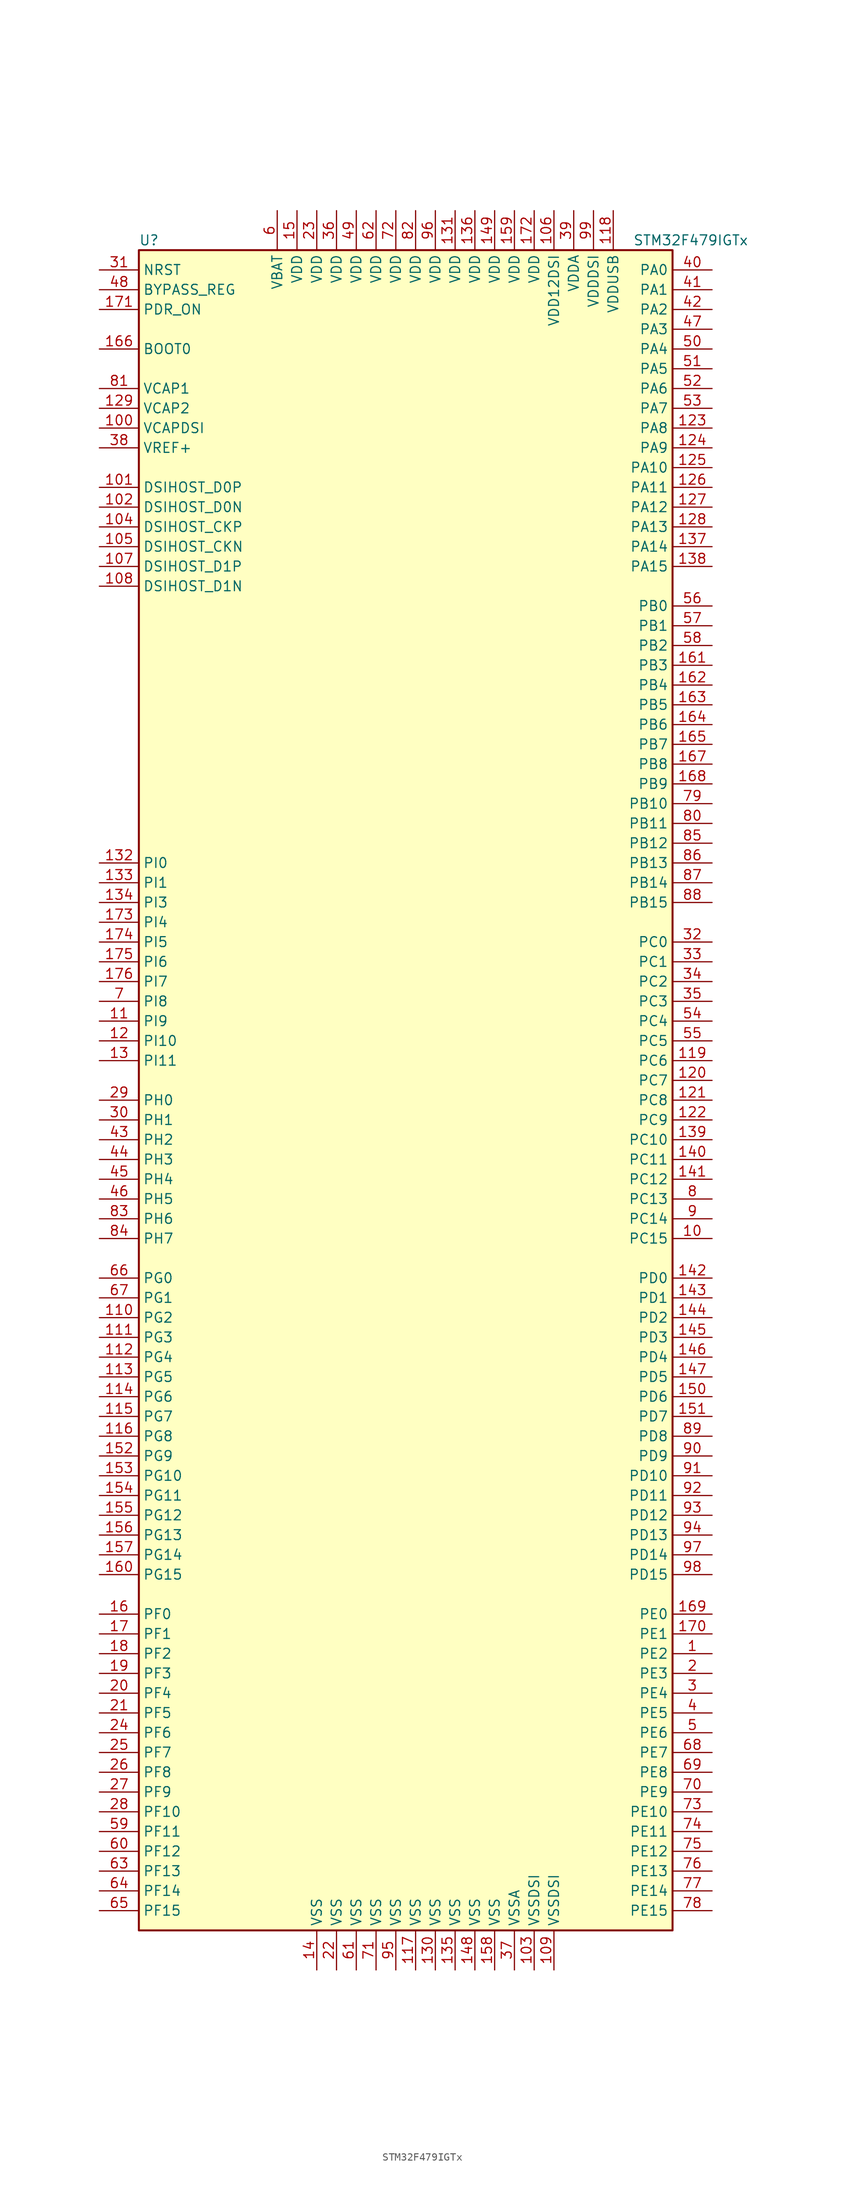
<source format=kicad_sym>
(kicad_symbol_lib
  (version 20201005)
  (generator kicad_symbol_editor)
  (symbol "MCU_ST_STM32F4:STM32F479IGTx"
    (property "Reference" "U"
      (at -35.56 107.95 0)
      (effects (font (size 1.27 1.27)) (justify left)))
    (property "Value" "STM32F479IGTx"
      (at 27.94 107.95 0)
      (effects (font (size 1.27 1.27)) (justify left)))
    (symbol "STM32F479IGTx_0_1"
      (rectangle (start -35.56 -109.22) (end 33.02 106.68) (stroke (width 0.254)) (fill (type background))))
    (symbol "STM32F479IGTx_1_1"
      (pin input line (at -40.64 93.98 0) (length 5.08) (name "BOOT0" (effects (font (size 1.27 1.27)))) (number "166" (effects (font (size 1.27 1.27)))))
      (pin input line (at -40.64 101.6 0) (length 5.08) (name "BYPASS_REG" (effects (font (size 1.27 1.27)))) (number "48" (effects (font (size 1.27 1.27)))))
      (pin bidirectional line (at -40.64 68.58 0) (length 5.08) (name "DSIHOST_CKN" (effects (font (size 1.27 1.27)))) (number "105" (effects (font (size 1.27 1.27)))))
      (pin bidirectional line (at -40.64 71.12 0) (length 5.08) (name "DSIHOST_CKP" (effects (font (size 1.27 1.27)))) (number "104" (effects (font (size 1.27 1.27)))))
      (pin bidirectional line (at -40.64 73.66 0) (length 5.08) (name "DSIHOST_D0N" (effects (font (size 1.27 1.27)))) (number "102" (effects (font (size 1.27 1.27)))))
      (pin bidirectional line (at -40.64 76.2 0) (length 5.08) (name "DSIHOST_D0P" (effects (font (size 1.27 1.27)))) (number "101" (effects (font (size 1.27 1.27)))))
      (pin bidirectional line (at -40.64 63.5 0) (length 5.08) (name "DSIHOST_D1N" (effects (font (size 1.27 1.27)))) (number "108" (effects (font (size 1.27 1.27)))))
      (pin bidirectional line (at -40.64 66.04 0) (length 5.08) (name "DSIHOST_D1P" (effects (font (size 1.27 1.27)))) (number "107" (effects (font (size 1.27 1.27)))))
      (pin input line (at -40.64 104.14 0) (length 5.08) (name "NRST" (effects (font (size 1.27 1.27)))) (number "31" (effects (font (size 1.27 1.27)))))
      (pin bidirectional line (at 38.1 104.14 180) (length 5.08) (name "PA0" (effects (font (size 1.27 1.27)))) (number "40" (effects (font (size 1.27 1.27)))))
      (pin bidirectional line (at 38.1 101.6 180) (length 5.08) (name "PA1" (effects (font (size 1.27 1.27)))) (number "41" (effects (font (size 1.27 1.27)))))
      (pin bidirectional line (at 38.1 78.74 180) (length 5.08) (name "PA10" (effects (font (size 1.27 1.27)))) (number "125" (effects (font (size 1.27 1.27)))))
      (pin bidirectional line (at 38.1 76.2 180) (length 5.08) (name "PA11" (effects (font (size 1.27 1.27)))) (number "126" (effects (font (size 1.27 1.27)))))
      (pin bidirectional line (at 38.1 73.66 180) (length 5.08) (name "PA12" (effects (font (size 1.27 1.27)))) (number "127" (effects (font (size 1.27 1.27)))))
      (pin bidirectional line (at 38.1 71.12 180) (length 5.08) (name "PA13" (effects (font (size 1.27 1.27)))) (number "128" (effects (font (size 1.27 1.27)))))
      (pin bidirectional line (at 38.1 68.58 180) (length 5.08) (name "PA14" (effects (font (size 1.27 1.27)))) (number "137" (effects (font (size 1.27 1.27)))))
      (pin bidirectional line (at 38.1 66.04 180) (length 5.08) (name "PA15" (effects (font (size 1.27 1.27)))) (number "138" (effects (font (size 1.27 1.27)))))
      (pin bidirectional line (at 38.1 99.06 180) (length 5.08) (name "PA2" (effects (font (size 1.27 1.27)))) (number "42" (effects (font (size 1.27 1.27)))))
      (pin bidirectional line (at 38.1 96.52 180) (length 5.08) (name "PA3" (effects (font (size 1.27 1.27)))) (number "47" (effects (font (size 1.27 1.27)))))
      (pin bidirectional line (at 38.1 93.98 180) (length 5.08) (name "PA4" (effects (font (size 1.27 1.27)))) (number "50" (effects (font (size 1.27 1.27)))))
      (pin bidirectional line (at 38.1 91.44 180) (length 5.08) (name "PA5" (effects (font (size 1.27 1.27)))) (number "51" (effects (font (size 1.27 1.27)))))
      (pin bidirectional line (at 38.1 88.9 180) (length 5.08) (name "PA6" (effects (font (size 1.27 1.27)))) (number "52" (effects (font (size 1.27 1.27)))))
      (pin bidirectional line (at 38.1 86.36 180) (length 5.08) (name "PA7" (effects (font (size 1.27 1.27)))) (number "53" (effects (font (size 1.27 1.27)))))
      (pin bidirectional line (at 38.1 83.82 180) (length 5.08) (name "PA8" (effects (font (size 1.27 1.27)))) (number "123" (effects (font (size 1.27 1.27)))))
      (pin bidirectional line (at 38.1 81.28 180) (length 5.08) (name "PA9" (effects (font (size 1.27 1.27)))) (number "124" (effects (font (size 1.27 1.27)))))
      (pin bidirectional line (at 38.1 60.96 180) (length 5.08) (name "PB0" (effects (font (size 1.27 1.27)))) (number "56" (effects (font (size 1.27 1.27)))))
      (pin bidirectional line (at 38.1 58.42 180) (length 5.08) (name "PB1" (effects (font (size 1.27 1.27)))) (number "57" (effects (font (size 1.27 1.27)))))
      (pin bidirectional line (at 38.1 35.56 180) (length 5.08) (name "PB10" (effects (font (size 1.27 1.27)))) (number "79" (effects (font (size 1.27 1.27)))))
      (pin bidirectional line (at 38.1 33.02 180) (length 5.08) (name "PB11" (effects (font (size 1.27 1.27)))) (number "80" (effects (font (size 1.27 1.27)))))
      (pin bidirectional line (at 38.1 30.48 180) (length 5.08) (name "PB12" (effects (font (size 1.27 1.27)))) (number "85" (effects (font (size 1.27 1.27)))))
      (pin bidirectional line (at 38.1 27.94 180) (length 5.08) (name "PB13" (effects (font (size 1.27 1.27)))) (number "86" (effects (font (size 1.27 1.27)))))
      (pin bidirectional line (at 38.1 25.4 180) (length 5.08) (name "PB14" (effects (font (size 1.27 1.27)))) (number "87" (effects (font (size 1.27 1.27)))))
      (pin bidirectional line (at 38.1 22.86 180) (length 5.08) (name "PB15" (effects (font (size 1.27 1.27)))) (number "88" (effects (font (size 1.27 1.27)))))
      (pin bidirectional line (at 38.1 55.88 180) (length 5.08) (name "PB2" (effects (font (size 1.27 1.27)))) (number "58" (effects (font (size 1.27 1.27)))))
      (pin bidirectional line (at 38.1 53.34 180) (length 5.08) (name "PB3" (effects (font (size 1.27 1.27)))) (number "161" (effects (font (size 1.27 1.27)))))
      (pin bidirectional line (at 38.1 50.8 180) (length 5.08) (name "PB4" (effects (font (size 1.27 1.27)))) (number "162" (effects (font (size 1.27 1.27)))))
      (pin bidirectional line (at 38.1 48.26 180) (length 5.08) (name "PB5" (effects (font (size 1.27 1.27)))) (number "163" (effects (font (size 1.27 1.27)))))
      (pin bidirectional line (at 38.1 45.72 180) (length 5.08) (name "PB6" (effects (font (size 1.27 1.27)))) (number "164" (effects (font (size 1.27 1.27)))))
      (pin bidirectional line (at 38.1 43.18 180) (length 5.08) (name "PB7" (effects (font (size 1.27 1.27)))) (number "165" (effects (font (size 1.27 1.27)))))
      (pin bidirectional line (at 38.1 40.64 180) (length 5.08) (name "PB8" (effects (font (size 1.27 1.27)))) (number "167" (effects (font (size 1.27 1.27)))))
      (pin bidirectional line (at 38.1 38.1 180) (length 5.08) (name "PB9" (effects (font (size 1.27 1.27)))) (number "168" (effects (font (size 1.27 1.27)))))
      (pin bidirectional line (at 38.1 17.78 180) (length 5.08) (name "PC0" (effects (font (size 1.27 1.27)))) (number "32" (effects (font (size 1.27 1.27)))))
      (pin bidirectional line (at 38.1 15.24 180) (length 5.08) (name "PC1" (effects (font (size 1.27 1.27)))) (number "33" (effects (font (size 1.27 1.27)))))
      (pin bidirectional line (at 38.1 -7.62 180) (length 5.08) (name "PC10" (effects (font (size 1.27 1.27)))) (number "139" (effects (font (size 1.27 1.27)))))
      (pin bidirectional line (at 38.1 -10.16 180) (length 5.08) (name "PC11" (effects (font (size 1.27 1.27)))) (number "140" (effects (font (size 1.27 1.27)))))
      (pin bidirectional line (at 38.1 -12.7 180) (length 5.08) (name "PC12" (effects (font (size 1.27 1.27)))) (number "141" (effects (font (size 1.27 1.27)))))
      (pin bidirectional line (at 38.1 -15.24 180) (length 5.08) (name "PC13" (effects (font (size 1.27 1.27)))) (number "8" (effects (font (size 1.27 1.27)))))
      (pin bidirectional line (at 38.1 -17.78 180) (length 5.08) (name "PC14" (effects (font (size 1.27 1.27)))) (number "9" (effects (font (size 1.27 1.27)))))
      (pin bidirectional line (at 38.1 -20.32 180) (length 5.08) (name "PC15" (effects (font (size 1.27 1.27)))) (number "10" (effects (font (size 1.27 1.27)))))
      (pin bidirectional line (at 38.1 12.7 180) (length 5.08) (name "PC2" (effects (font (size 1.27 1.27)))) (number "34" (effects (font (size 1.27 1.27)))))
      (pin bidirectional line (at 38.1 10.16 180) (length 5.08) (name "PC3" (effects (font (size 1.27 1.27)))) (number "35" (effects (font (size 1.27 1.27)))))
      (pin bidirectional line (at 38.1 7.62 180) (length 5.08) (name "PC4" (effects (font (size 1.27 1.27)))) (number "54" (effects (font (size 1.27 1.27)))))
      (pin bidirectional line (at 38.1 5.08 180) (length 5.08) (name "PC5" (effects (font (size 1.27 1.27)))) (number "55" (effects (font (size 1.27 1.27)))))
      (pin bidirectional line (at 38.1 2.54 180) (length 5.08) (name "PC6" (effects (font (size 1.27 1.27)))) (number "119" (effects (font (size 1.27 1.27)))))
      (pin bidirectional line (at 38.1 0 180) (length 5.08) (name "PC7" (effects (font (size 1.27 1.27)))) (number "120" (effects (font (size 1.27 1.27)))))
      (pin bidirectional line (at 38.1 -2.54 180) (length 5.08) (name "PC8" (effects (font (size 1.27 1.27)))) (number "121" (effects (font (size 1.27 1.27)))))
      (pin bidirectional line (at 38.1 -5.08 180) (length 5.08) (name "PC9" (effects (font (size 1.27 1.27)))) (number "122" (effects (font (size 1.27 1.27)))))
      (pin bidirectional line (at 38.1 -25.4 180) (length 5.08) (name "PD0" (effects (font (size 1.27 1.27)))) (number "142" (effects (font (size 1.27 1.27)))))
      (pin bidirectional line (at 38.1 -27.94 180) (length 5.08) (name "PD1" (effects (font (size 1.27 1.27)))) (number "143" (effects (font (size 1.27 1.27)))))
      (pin bidirectional line (at 38.1 -50.8 180) (length 5.08) (name "PD10" (effects (font (size 1.27 1.27)))) (number "91" (effects (font (size 1.27 1.27)))))
      (pin bidirectional line (at 38.1 -53.34 180) (length 5.08) (name "PD11" (effects (font (size 1.27 1.27)))) (number "92" (effects (font (size 1.27 1.27)))))
      (pin bidirectional line (at 38.1 -55.88 180) (length 5.08) (name "PD12" (effects (font (size 1.27 1.27)))) (number "93" (effects (font (size 1.27 1.27)))))
      (pin bidirectional line (at 38.1 -58.42 180) (length 5.08) (name "PD13" (effects (font (size 1.27 1.27)))) (number "94" (effects (font (size 1.27 1.27)))))
      (pin bidirectional line (at 38.1 -60.96 180) (length 5.08) (name "PD14" (effects (font (size 1.27 1.27)))) (number "97" (effects (font (size 1.27 1.27)))))
      (pin bidirectional line (at 38.1 -63.5 180) (length 5.08) (name "PD15" (effects (font (size 1.27 1.27)))) (number "98" (effects (font (size 1.27 1.27)))))
      (pin bidirectional line (at 38.1 -30.48 180) (length 5.08) (name "PD2" (effects (font (size 1.27 1.27)))) (number "144" (effects (font (size 1.27 1.27)))))
      (pin bidirectional line (at 38.1 -33.02 180) (length 5.08) (name "PD3" (effects (font (size 1.27 1.27)))) (number "145" (effects (font (size 1.27 1.27)))))
      (pin bidirectional line (at 38.1 -35.56 180) (length 5.08) (name "PD4" (effects (font (size 1.27 1.27)))) (number "146" (effects (font (size 1.27 1.27)))))
      (pin bidirectional line (at 38.1 -38.1 180) (length 5.08) (name "PD5" (effects (font (size 1.27 1.27)))) (number "147" (effects (font (size 1.27 1.27)))))
      (pin bidirectional line (at 38.1 -40.64 180) (length 5.08) (name "PD6" (effects (font (size 1.27 1.27)))) (number "150" (effects (font (size 1.27 1.27)))))
      (pin bidirectional line (at 38.1 -43.18 180) (length 5.08) (name "PD7" (effects (font (size 1.27 1.27)))) (number "151" (effects (font (size 1.27 1.27)))))
      (pin bidirectional line (at 38.1 -45.72 180) (length 5.08) (name "PD8" (effects (font (size 1.27 1.27)))) (number "89" (effects (font (size 1.27 1.27)))))
      (pin bidirectional line (at 38.1 -48.26 180) (length 5.08) (name "PD9" (effects (font (size 1.27 1.27)))) (number "90" (effects (font (size 1.27 1.27)))))
      (pin input line (at -40.64 99.06 0) (length 5.08) (name "PDR_ON" (effects (font (size 1.27 1.27)))) (number "171" (effects (font (size 1.27 1.27)))))
      (pin bidirectional line (at 38.1 -68.58 180) (length 5.08) (name "PE0" (effects (font (size 1.27 1.27)))) (number "169" (effects (font (size 1.27 1.27)))))
      (pin bidirectional line (at 38.1 -71.12 180) (length 5.08) (name "PE1" (effects (font (size 1.27 1.27)))) (number "170" (effects (font (size 1.27 1.27)))))
      (pin bidirectional line (at 38.1 -93.98 180) (length 5.08) (name "PE10" (effects (font (size 1.27 1.27)))) (number "73" (effects (font (size 1.27 1.27)))))
      (pin bidirectional line (at 38.1 -96.52 180) (length 5.08) (name "PE11" (effects (font (size 1.27 1.27)))) (number "74" (effects (font (size 1.27 1.27)))))
      (pin bidirectional line (at 38.1 -99.06 180) (length 5.08) (name "PE12" (effects (font (size 1.27 1.27)))) (number "75" (effects (font (size 1.27 1.27)))))
      (pin bidirectional line (at 38.1 -101.6 180) (length 5.08) (name "PE13" (effects (font (size 1.27 1.27)))) (number "76" (effects (font (size 1.27 1.27)))))
      (pin bidirectional line (at 38.1 -104.14 180) (length 5.08) (name "PE14" (effects (font (size 1.27 1.27)))) (number "77" (effects (font (size 1.27 1.27)))))
      (pin bidirectional line (at 38.1 -106.68 180) (length 5.08) (name "PE15" (effects (font (size 1.27 1.27)))) (number "78" (effects (font (size 1.27 1.27)))))
      (pin bidirectional line (at 38.1 -73.66 180) (length 5.08) (name "PE2" (effects (font (size 1.27 1.27)))) (number "1" (effects (font (size 1.27 1.27)))))
      (pin bidirectional line (at 38.1 -76.2 180) (length 5.08) (name "PE3" (effects (font (size 1.27 1.27)))) (number "2" (effects (font (size 1.27 1.27)))))
      (pin bidirectional line (at 38.1 -78.74 180) (length 5.08) (name "PE4" (effects (font (size 1.27 1.27)))) (number "3" (effects (font (size 1.27 1.27)))))
      (pin bidirectional line (at 38.1 -81.28 180) (length 5.08) (name "PE5" (effects (font (size 1.27 1.27)))) (number "4" (effects (font (size 1.27 1.27)))))
      (pin bidirectional line (at 38.1 -83.82 180) (length 5.08) (name "PE6" (effects (font (size 1.27 1.27)))) (number "5" (effects (font (size 1.27 1.27)))))
      (pin bidirectional line (at 38.1 -86.36 180) (length 5.08) (name "PE7" (effects (font (size 1.27 1.27)))) (number "68" (effects (font (size 1.27 1.27)))))
      (pin bidirectional line (at 38.1 -88.9 180) (length 5.08) (name "PE8" (effects (font (size 1.27 1.27)))) (number "69" (effects (font (size 1.27 1.27)))))
      (pin bidirectional line (at 38.1 -91.44 180) (length 5.08) (name "PE9" (effects (font (size 1.27 1.27)))) (number "70" (effects (font (size 1.27 1.27)))))
      (pin bidirectional line (at -40.64 -68.58 0) (length 5.08) (name "PF0" (effects (font (size 1.27 1.27)))) (number "16" (effects (font (size 1.27 1.27)))))
      (pin bidirectional line (at -40.64 -71.12 0) (length 5.08) (name "PF1" (effects (font (size 1.27 1.27)))) (number "17" (effects (font (size 1.27 1.27)))))
      (pin bidirectional line (at -40.64 -93.98 0) (length 5.08) (name "PF10" (effects (font (size 1.27 1.27)))) (number "28" (effects (font (size 1.27 1.27)))))
      (pin bidirectional line (at -40.64 -96.52 0) (length 5.08) (name "PF11" (effects (font (size 1.27 1.27)))) (number "59" (effects (font (size 1.27 1.27)))))
      (pin bidirectional line (at -40.64 -99.06 0) (length 5.08) (name "PF12" (effects (font (size 1.27 1.27)))) (number "60" (effects (font (size 1.27 1.27)))))
      (pin bidirectional line (at -40.64 -101.6 0) (length 5.08) (name "PF13" (effects (font (size 1.27 1.27)))) (number "63" (effects (font (size 1.27 1.27)))))
      (pin bidirectional line (at -40.64 -104.14 0) (length 5.08) (name "PF14" (effects (font (size 1.27 1.27)))) (number "64" (effects (font (size 1.27 1.27)))))
      (pin bidirectional line (at -40.64 -106.68 0) (length 5.08) (name "PF15" (effects (font (size 1.27 1.27)))) (number "65" (effects (font (size 1.27 1.27)))))
      (pin bidirectional line (at -40.64 -73.66 0) (length 5.08) (name "PF2" (effects (font (size 1.27 1.27)))) (number "18" (effects (font (size 1.27 1.27)))))
      (pin bidirectional line (at -40.64 -76.2 0) (length 5.08) (name "PF3" (effects (font (size 1.27 1.27)))) (number "19" (effects (font (size 1.27 1.27)))))
      (pin bidirectional line (at -40.64 -78.74 0) (length 5.08) (name "PF4" (effects (font (size 1.27 1.27)))) (number "20" (effects (font (size 1.27 1.27)))))
      (pin bidirectional line (at -40.64 -81.28 0) (length 5.08) (name "PF5" (effects (font (size 1.27 1.27)))) (number "21" (effects (font (size 1.27 1.27)))))
      (pin bidirectional line (at -40.64 -83.82 0) (length 5.08) (name "PF6" (effects (font (size 1.27 1.27)))) (number "24" (effects (font (size 1.27 1.27)))))
      (pin bidirectional line (at -40.64 -86.36 0) (length 5.08) (name "PF7" (effects (font (size 1.27 1.27)))) (number "25" (effects (font (size 1.27 1.27)))))
      (pin bidirectional line (at -40.64 -88.9 0) (length 5.08) (name "PF8" (effects (font (size 1.27 1.27)))) (number "26" (effects (font (size 1.27 1.27)))))
      (pin bidirectional line (at -40.64 -91.44 0) (length 5.08) (name "PF9" (effects (font (size 1.27 1.27)))) (number "27" (effects (font (size 1.27 1.27)))))
      (pin bidirectional line (at -40.64 -25.4 0) (length 5.08) (name "PG0" (effects (font (size 1.27 1.27)))) (number "66" (effects (font (size 1.27 1.27)))))
      (pin bidirectional line (at -40.64 -27.94 0) (length 5.08) (name "PG1" (effects (font (size 1.27 1.27)))) (number "67" (effects (font (size 1.27 1.27)))))
      (pin bidirectional line (at -40.64 -50.8 0) (length 5.08) (name "PG10" (effects (font (size 1.27 1.27)))) (number "153" (effects (font (size 1.27 1.27)))))
      (pin bidirectional line (at -40.64 -53.34 0) (length 5.08) (name "PG11" (effects (font (size 1.27 1.27)))) (number "154" (effects (font (size 1.27 1.27)))))
      (pin bidirectional line (at -40.64 -55.88 0) (length 5.08) (name "PG12" (effects (font (size 1.27 1.27)))) (number "155" (effects (font (size 1.27 1.27)))))
      (pin bidirectional line (at -40.64 -58.42 0) (length 5.08) (name "PG13" (effects (font (size 1.27 1.27)))) (number "156" (effects (font (size 1.27 1.27)))))
      (pin bidirectional line (at -40.64 -60.96 0) (length 5.08) (name "PG14" (effects (font (size 1.27 1.27)))) (number "157" (effects (font (size 1.27 1.27)))))
      (pin bidirectional line (at -40.64 -63.5 0) (length 5.08) (name "PG15" (effects (font (size 1.27 1.27)))) (number "160" (effects (font (size 1.27 1.27)))))
      (pin bidirectional line (at -40.64 -30.48 0) (length 5.08) (name "PG2" (effects (font (size 1.27 1.27)))) (number "110" (effects (font (size 1.27 1.27)))))
      (pin bidirectional line (at -40.64 -33.02 0) (length 5.08) (name "PG3" (effects (font (size 1.27 1.27)))) (number "111" (effects (font (size 1.27 1.27)))))
      (pin bidirectional line (at -40.64 -35.56 0) (length 5.08) (name "PG4" (effects (font (size 1.27 1.27)))) (number "112" (effects (font (size 1.27 1.27)))))
      (pin bidirectional line (at -40.64 -38.1 0) (length 5.08) (name "PG5" (effects (font (size 1.27 1.27)))) (number "113" (effects (font (size 1.27 1.27)))))
      (pin bidirectional line (at -40.64 -40.64 0) (length 5.08) (name "PG6" (effects (font (size 1.27 1.27)))) (number "114" (effects (font (size 1.27 1.27)))))
      (pin bidirectional line (at -40.64 -43.18 0) (length 5.08) (name "PG7" (effects (font (size 1.27 1.27)))) (number "115" (effects (font (size 1.27 1.27)))))
      (pin bidirectional line (at -40.64 -45.72 0) (length 5.08) (name "PG8" (effects (font (size 1.27 1.27)))) (number "116" (effects (font (size 1.27 1.27)))))
      (pin bidirectional line (at -40.64 -48.26 0) (length 5.08) (name "PG9" (effects (font (size 1.27 1.27)))) (number "152" (effects (font (size 1.27 1.27)))))
      (pin input line (at -40.64 -2.54 0) (length 5.08) (name "PH0" (effects (font (size 1.27 1.27)))) (number "29" (effects (font (size 1.27 1.27)))))
      (pin input line (at -40.64 -5.08 0) (length 5.08) (name "PH1" (effects (font (size 1.27 1.27)))) (number "30" (effects (font (size 1.27 1.27)))))
      (pin bidirectional line (at -40.64 -7.62 0) (length 5.08) (name "PH2" (effects (font (size 1.27 1.27)))) (number "43" (effects (font (size 1.27 1.27)))))
      (pin bidirectional line (at -40.64 -10.16 0) (length 5.08) (name "PH3" (effects (font (size 1.27 1.27)))) (number "44" (effects (font (size 1.27 1.27)))))
      (pin bidirectional line (at -40.64 -12.7 0) (length 5.08) (name "PH4" (effects (font (size 1.27 1.27)))) (number "45" (effects (font (size 1.27 1.27)))))
      (pin bidirectional line (at -40.64 -15.24 0) (length 5.08) (name "PH5" (effects (font (size 1.27 1.27)))) (number "46" (effects (font (size 1.27 1.27)))))
      (pin bidirectional line (at -40.64 -17.78 0) (length 5.08) (name "PH6" (effects (font (size 1.27 1.27)))) (number "83" (effects (font (size 1.27 1.27)))))
      (pin bidirectional line (at -40.64 -20.32 0) (length 5.08) (name "PH7" (effects (font (size 1.27 1.27)))) (number "84" (effects (font (size 1.27 1.27)))))
      (pin bidirectional line (at -40.64 27.94 0) (length 5.08) (name "PI0" (effects (font (size 1.27 1.27)))) (number "132" (effects (font (size 1.27 1.27)))))
      (pin bidirectional line (at -40.64 25.4 0) (length 5.08) (name "PI1" (effects (font (size 1.27 1.27)))) (number "133" (effects (font (size 1.27 1.27)))))
      (pin bidirectional line (at -40.64 5.08 0) (length 5.08) (name "PI10" (effects (font (size 1.27 1.27)))) (number "12" (effects (font (size 1.27 1.27)))))
      (pin bidirectional line (at -40.64 2.54 0) (length 5.08) (name "PI11" (effects (font (size 1.27 1.27)))) (number "13" (effects (font (size 1.27 1.27)))))
      (pin bidirectional line (at -40.64 22.86 0) (length 5.08) (name "PI3" (effects (font (size 1.27 1.27)))) (number "134" (effects (font (size 1.27 1.27)))))
      (pin bidirectional line (at -40.64 20.32 0) (length 5.08) (name "PI4" (effects (font (size 1.27 1.27)))) (number "173" (effects (font (size 1.27 1.27)))))
      (pin bidirectional line (at -40.64 17.78 0) (length 5.08) (name "PI5" (effects (font (size 1.27 1.27)))) (number "174" (effects (font (size 1.27 1.27)))))
      (pin bidirectional line (at -40.64 15.24 0) (length 5.08) (name "PI6" (effects (font (size 1.27 1.27)))) (number "175" (effects (font (size 1.27 1.27)))))
      (pin bidirectional line (at -40.64 12.7 0) (length 5.08) (name "PI7" (effects (font (size 1.27 1.27)))) (number "176" (effects (font (size 1.27 1.27)))))
      (pin bidirectional line (at -40.64 10.16 0) (length 5.08) (name "PI8" (effects (font (size 1.27 1.27)))) (number "7" (effects (font (size 1.27 1.27)))))
      (pin bidirectional line (at -40.64 7.62 0) (length 5.08) (name "PI9" (effects (font (size 1.27 1.27)))) (number "11" (effects (font (size 1.27 1.27)))))
      (pin power_in line (at -17.78 111.76 270) (length 5.08) (name "VBAT" (effects (font (size 1.27 1.27)))) (number "6" (effects (font (size 1.27 1.27)))))
      (pin power_in line (at -40.64 88.9 0) (length 5.08) (name "VCAP1" (effects (font (size 1.27 1.27)))) (number "81" (effects (font (size 1.27 1.27)))))
      (pin power_in line (at -40.64 86.36 0) (length 5.08) (name "VCAP2" (effects (font (size 1.27 1.27)))) (number "129" (effects (font (size 1.27 1.27)))))
      (pin power_in line (at -40.64 83.82 0) (length 5.08) (name "VCAPDSI" (effects (font (size 1.27 1.27)))) (number "100" (effects (font (size 1.27 1.27)))))
      (pin power_in line (at 5.08 111.76 270) (length 5.08) (name "VDD" (effects (font (size 1.27 1.27)))) (number "131" (effects (font (size 1.27 1.27)))))
      (pin power_in line (at 7.62 111.76 270) (length 5.08) (name "VDD" (effects (font (size 1.27 1.27)))) (number "136" (effects (font (size 1.27 1.27)))))
      (pin power_in line (at 10.16 111.76 270) (length 5.08) (name "VDD" (effects (font (size 1.27 1.27)))) (number "149" (effects (font (size 1.27 1.27)))))
      (pin power_in line (at -15.24 111.76 270) (length 5.08) (name "VDD" (effects (font (size 1.27 1.27)))) (number "15" (effects (font (size 1.27 1.27)))))
      (pin power_in line (at 12.7 111.76 270) (length 5.08) (name "VDD" (effects (font (size 1.27 1.27)))) (number "159" (effects (font (size 1.27 1.27)))))
      (pin power_in line (at 15.24 111.76 270) (length 5.08) (name "VDD" (effects (font (size 1.27 1.27)))) (number "172" (effects (font (size 1.27 1.27)))))
      (pin power_in line (at -12.7 111.76 270) (length 5.08) (name "VDD" (effects (font (size 1.27 1.27)))) (number "23" (effects (font (size 1.27 1.27)))))
      (pin power_in line (at -10.16 111.76 270) (length 5.08) (name "VDD" (effects (font (size 1.27 1.27)))) (number "36" (effects (font (size 1.27 1.27)))))
      (pin power_in line (at -7.62 111.76 270) (length 5.08) (name "VDD" (effects (font (size 1.27 1.27)))) (number "49" (effects (font (size 1.27 1.27)))))
      (pin power_in line (at -5.08 111.76 270) (length 5.08) (name "VDD" (effects (font (size 1.27 1.27)))) (number "62" (effects (font (size 1.27 1.27)))))
      (pin power_in line (at -2.54 111.76 270) (length 5.08) (name "VDD" (effects (font (size 1.27 1.27)))) (number "72" (effects (font (size 1.27 1.27)))))
      (pin power_in line (at 0 111.76 270) (length 5.08) (name "VDD" (effects (font (size 1.27 1.27)))) (number "82" (effects (font (size 1.27 1.27)))))
      (pin power_in line (at 2.54 111.76 270) (length 5.08) (name "VDD" (effects (font (size 1.27 1.27)))) (number "96" (effects (font (size 1.27 1.27)))))
      (pin power_in line (at 17.78 111.76 270) (length 5.08) (name "VDD12DSI" (effects (font (size 1.27 1.27)))) (number "106" (effects (font (size 1.27 1.27)))))
      (pin power_in line (at 20.32 111.76 270) (length 5.08) (name "VDDA" (effects (font (size 1.27 1.27)))) (number "39" (effects (font (size 1.27 1.27)))))
      (pin power_in line (at 22.86 111.76 270) (length 5.08) (name "VDDDSI" (effects (font (size 1.27 1.27)))) (number "99" (effects (font (size 1.27 1.27)))))
      (pin power_in line (at 25.4 111.76 270) (length 5.08) (name "VDDUSB" (effects (font (size 1.27 1.27)))) (number "118" (effects (font (size 1.27 1.27)))))
      (pin power_in line (at -40.64 81.28 0) (length 5.08) (name "VREF+" (effects (font (size 1.27 1.27)))) (number "38" (effects (font (size 1.27 1.27)))))
      (pin power_in line (at 0 -114.3 90) (length 5.08) (name "VSS" (effects (font (size 1.27 1.27)))) (number "117" (effects (font (size 1.27 1.27)))))
      (pin power_in line (at 2.54 -114.3 90) (length 5.08) (name "VSS" (effects (font (size 1.27 1.27)))) (number "130" (effects (font (size 1.27 1.27)))))
      (pin power_in line (at 5.08 -114.3 90) (length 5.08) (name "VSS" (effects (font (size 1.27 1.27)))) (number "135" (effects (font (size 1.27 1.27)))))
      (pin power_in line (at -12.7 -114.3 90) (length 5.08) (name "VSS" (effects (font (size 1.27 1.27)))) (number "14" (effects (font (size 1.27 1.27)))))
      (pin power_in line (at 7.62 -114.3 90) (length 5.08) (name "VSS" (effects (font (size 1.27 1.27)))) (number "148" (effects (font (size 1.27 1.27)))))
      (pin power_in line (at 10.16 -114.3 90) (length 5.08) (name "VSS" (effects (font (size 1.27 1.27)))) (number "158" (effects (font (size 1.27 1.27)))))
      (pin power_in line (at -10.16 -114.3 90) (length 5.08) (name "VSS" (effects (font (size 1.27 1.27)))) (number "22" (effects (font (size 1.27 1.27)))))
      (pin power_in line (at -7.62 -114.3 90) (length 5.08) (name "VSS" (effects (font (size 1.27 1.27)))) (number "61" (effects (font (size 1.27 1.27)))))
      (pin power_in line (at -5.08 -114.3 90) (length 5.08) (name "VSS" (effects (font (size 1.27 1.27)))) (number "71" (effects (font (size 1.27 1.27)))))
      (pin power_in line (at -2.54 -114.3 90) (length 5.08) (name "VSS" (effects (font (size 1.27 1.27)))) (number "95" (effects (font (size 1.27 1.27)))))
      (pin power_in line (at 12.7 -114.3 90) (length 5.08) (name "VSSA" (effects (font (size 1.27 1.27)))) (number "37" (effects (font (size 1.27 1.27)))))
      (pin power_in line (at 15.24 -114.3 90) (length 5.08) (name "VSSDSI" (effects (font (size 1.27 1.27)))) (number "103" (effects (font (size 1.27 1.27)))))
      (pin power_in line (at 17.78 -114.3 90) (length 5.08) (name "VSSDSI" (effects (font (size 1.27 1.27)))) (number "109" (effects (font (size 1.27 1.27))))))))
</source>
